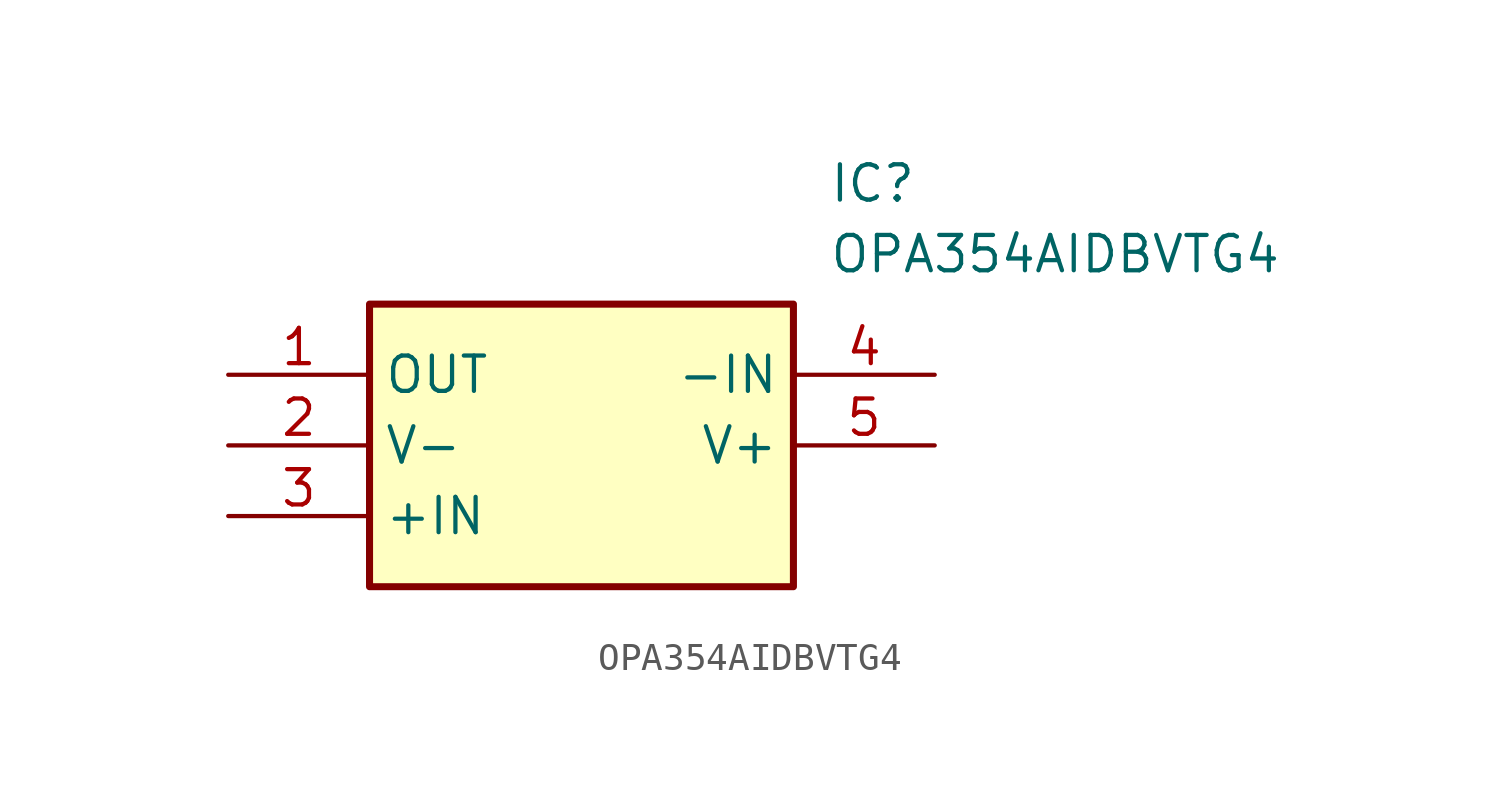
<source format=kicad_sym>
(kicad_symbol_lib
  (version 20211014)
  (generator SamacSys_ECAD_Model)
  (symbol "OPA354AIDBVTG4"
    (property "Reference" "IC"
      (at 21.59 7.62 0)
      (effects (font (size 1.27 1.27)) (justify left top)))
    (property "Value" "OPA354AIDBVTG4"
      (at 21.59 5.08 0)
      (effects (font (size 1.27 1.27)) (justify left top)))
    (rectangle
      (start 5.08 2.54)
      (end 20.32 -7.62)
      (stroke (width 0.254) (type default))
      (fill (type background)))
    (pin passive line
      (at 0 0 0)
      (length 5.08)
      (name "OUT" (effects (font (size 1.27 1.27))))
      (number "1" (effects (font (size 1.27 1.27)))))
    (pin passive line
      (at 0 -2.54 0)
      (length 5.08)
      (name "V-" (effects (font (size 1.27 1.27))))
      (number "2" (effects (font (size 1.27 1.27)))))
    (pin passive line
      (at 0 -5.08 0)
      (length 5.08)
      (name "+IN" (effects (font (size 1.27 1.27))))
      (number "3" (effects (font (size 1.27 1.27)))))
    (pin passive line
      (at 25.4 0 180)
      (length 5.08)
      (name "-IN" (effects (font (size 1.27 1.27))))
      (number "4" (effects (font (size 1.27 1.27)))))
    (pin passive line
      (at 25.4 -2.54 180)
      (length 5.08)
      (name "V+" (effects (font (size 1.27 1.27))))
      (number "5" (effects (font (size 1.27 1.27)))))))
</source>
